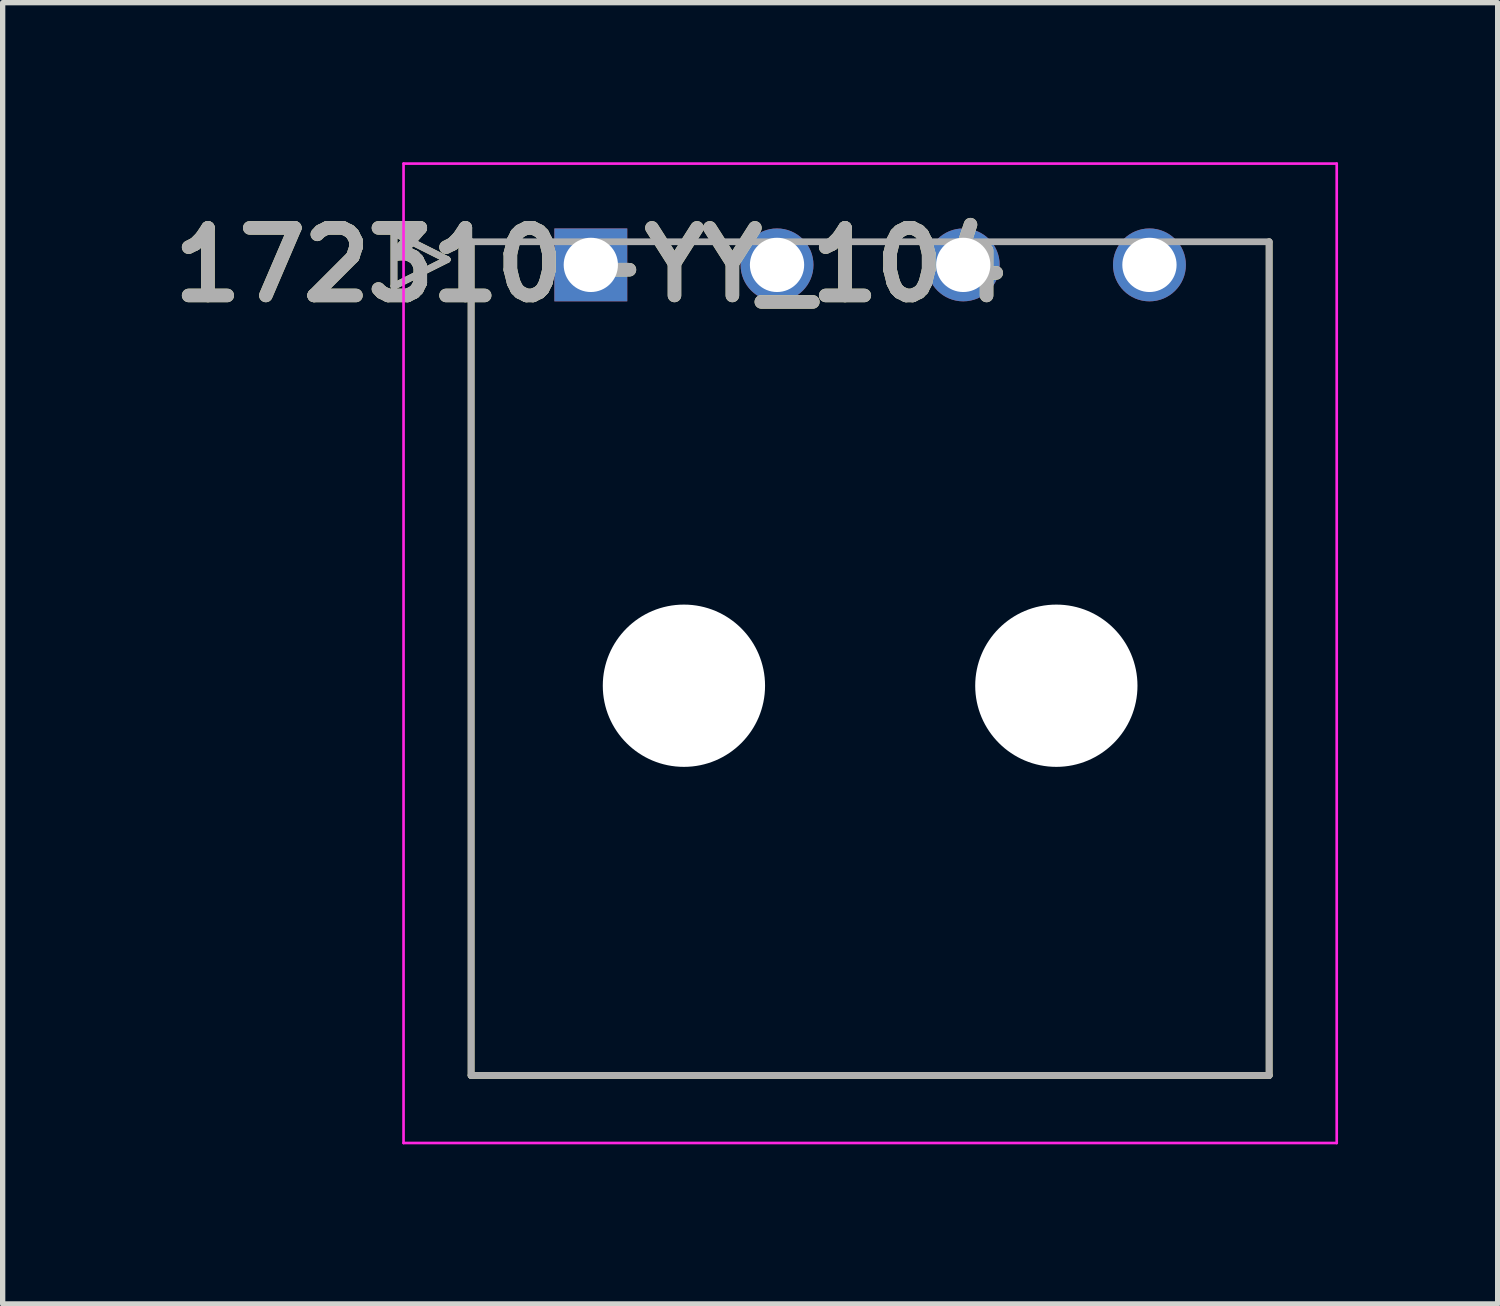
<source format=kicad_pcb>
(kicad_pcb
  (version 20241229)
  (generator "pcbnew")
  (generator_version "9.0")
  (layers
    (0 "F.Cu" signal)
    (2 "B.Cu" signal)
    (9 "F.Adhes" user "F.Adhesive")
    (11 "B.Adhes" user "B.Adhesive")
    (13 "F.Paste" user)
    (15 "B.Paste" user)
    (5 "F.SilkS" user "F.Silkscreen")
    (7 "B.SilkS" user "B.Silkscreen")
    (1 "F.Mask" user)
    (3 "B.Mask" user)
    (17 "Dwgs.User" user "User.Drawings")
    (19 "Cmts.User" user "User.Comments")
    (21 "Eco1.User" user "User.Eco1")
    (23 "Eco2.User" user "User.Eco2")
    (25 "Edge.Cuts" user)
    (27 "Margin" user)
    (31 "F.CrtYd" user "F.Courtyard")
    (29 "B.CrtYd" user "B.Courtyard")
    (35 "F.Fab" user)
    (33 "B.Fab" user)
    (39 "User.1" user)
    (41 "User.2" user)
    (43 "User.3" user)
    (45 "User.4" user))
  (footprint "172310-YY_104"
    (layer "F.Cu")
    (at 8.055 1.929)
    (property "Reference" "172310-YY_104" (at 0 0 0) (layer "F.SilkS") (effects (font (size 1.27 1.27) (thickness 0.254))))
    (attr through_hole)
    (fp_line (start -3.7 -0.6) (end -2.7 -0.1) (stroke (width 0.127) (type solid)) (layer "F.SilkS"))
    (fp_line (start -3.7 0.4) (end -3.7 -0.6) (stroke (width 0.127) (type solid)) (layer "F.SilkS"))
    (fp_line (start -2.7 -0.1) (end -3.7 0.4) (stroke (width 0.127) (type solid)) (layer "F.SilkS"))
    (fp_line (start -2.25 15.235) (end -2.25 -0.435) (stroke (width 0.127) (type solid)) (layer "F.SilkS"))
    (fp_line (start 12.75 -0.435) (end 12.75 15.235) (stroke (width 0.127) (type solid)) (layer "F.SilkS"))
    (fp_line (start 12.75 15.235) (end -2.25 15.235) (stroke (width 0.127) (type solid)) (layer "F.SilkS"))
    (fp_line (start -3.52 -1.904) (end 14.02 -1.904) (stroke (width 0.05) (type solid)) (layer "F.CrtYd"))
    (fp_line (start -3.52 16.505) (end -3.52 -1.904) (stroke (width 0.05) (type solid)) (layer "F.CrtYd"))
    (fp_line (start 14.02 -1.904) (end 14.02 16.505) (stroke (width 0.05) (type solid)) (layer "F.CrtYd"))
    (fp_line (start 14.02 16.505) (end -3.52 16.505) (stroke (width 0.05) (type solid)) (layer "F.CrtYd"))
    (fp_line (start -3.7 -0.6) (end -2.7 -0.1) (stroke (width 0.127) (type solid)) (layer "F.Fab"))
    (fp_line (start -3.7 0.4) (end -3.7 -0.6) (stroke (width 0.127) (type solid)) (layer "F.Fab"))
    (fp_line (start -2.7 -0.1) (end -3.7 0.4) (stroke (width 0.127) (type solid)) (layer "F.Fab"))
    (fp_line (start -2.25 -0.435) (end 12.75 -0.435) (stroke (width 0.127) (type solid)) (layer "F.Fab"))
    (fp_line (start -2.25 15.235) (end -2.25 -0.435) (stroke (width 0.127) (type solid)) (layer "F.Fab"))
    (fp_line (start 12.75 -0.435) (end 12.75 15.235) (stroke (width 0.127) (type solid)) (layer "F.Fab"))
    (fp_line (start 12.75 15.235) (end -2.25 15.235) (stroke (width 0.127) (type solid)) (layer "F.Fab"))
    (fp_text user "${REFERENCE}" (at 0 0 0) (layer "F.Fab") (effects (font (size 1.27 1.27) (thickness 0.254))))
    (pad "" np_thru_hole circle (at 1.75 7.91) (size 3.05 3.05) (drill 3.05) (layers "*.Cu" "*.Mask"))
    (pad "" np_thru_hole circle (at 8.75 7.91) (size 3.05 3.05) (drill 3.05) (layers "*.Cu" "*.Mask"))
    (pad "1" thru_hole rect (at 0 0) (size 1.37 1.37) (drill 1.02) (layers "*.Cu" "*.Mask"))
    (pad "2" thru_hole circle (at 3.5 0) (size 1.37 1.37) (drill 1.02) (layers "*.Cu" "*.Mask"))
    (pad "3" thru_hole circle (at 7 0) (size 1.37 1.37) (drill 1.02) (layers "*.Cu" "*.Mask"))
    (pad "4" thru_hole circle (at 10.5 0) (size 1.37 1.37) (drill 1.02) (layers "*.Cu" "*.Mask")))
  (gr_rect
    (start -3 -3)
    (end 25.1 21.459)
    (stroke (width 0.1) (type default))
    (fill no)
    (layer "Edge.Cuts")))
</source>
